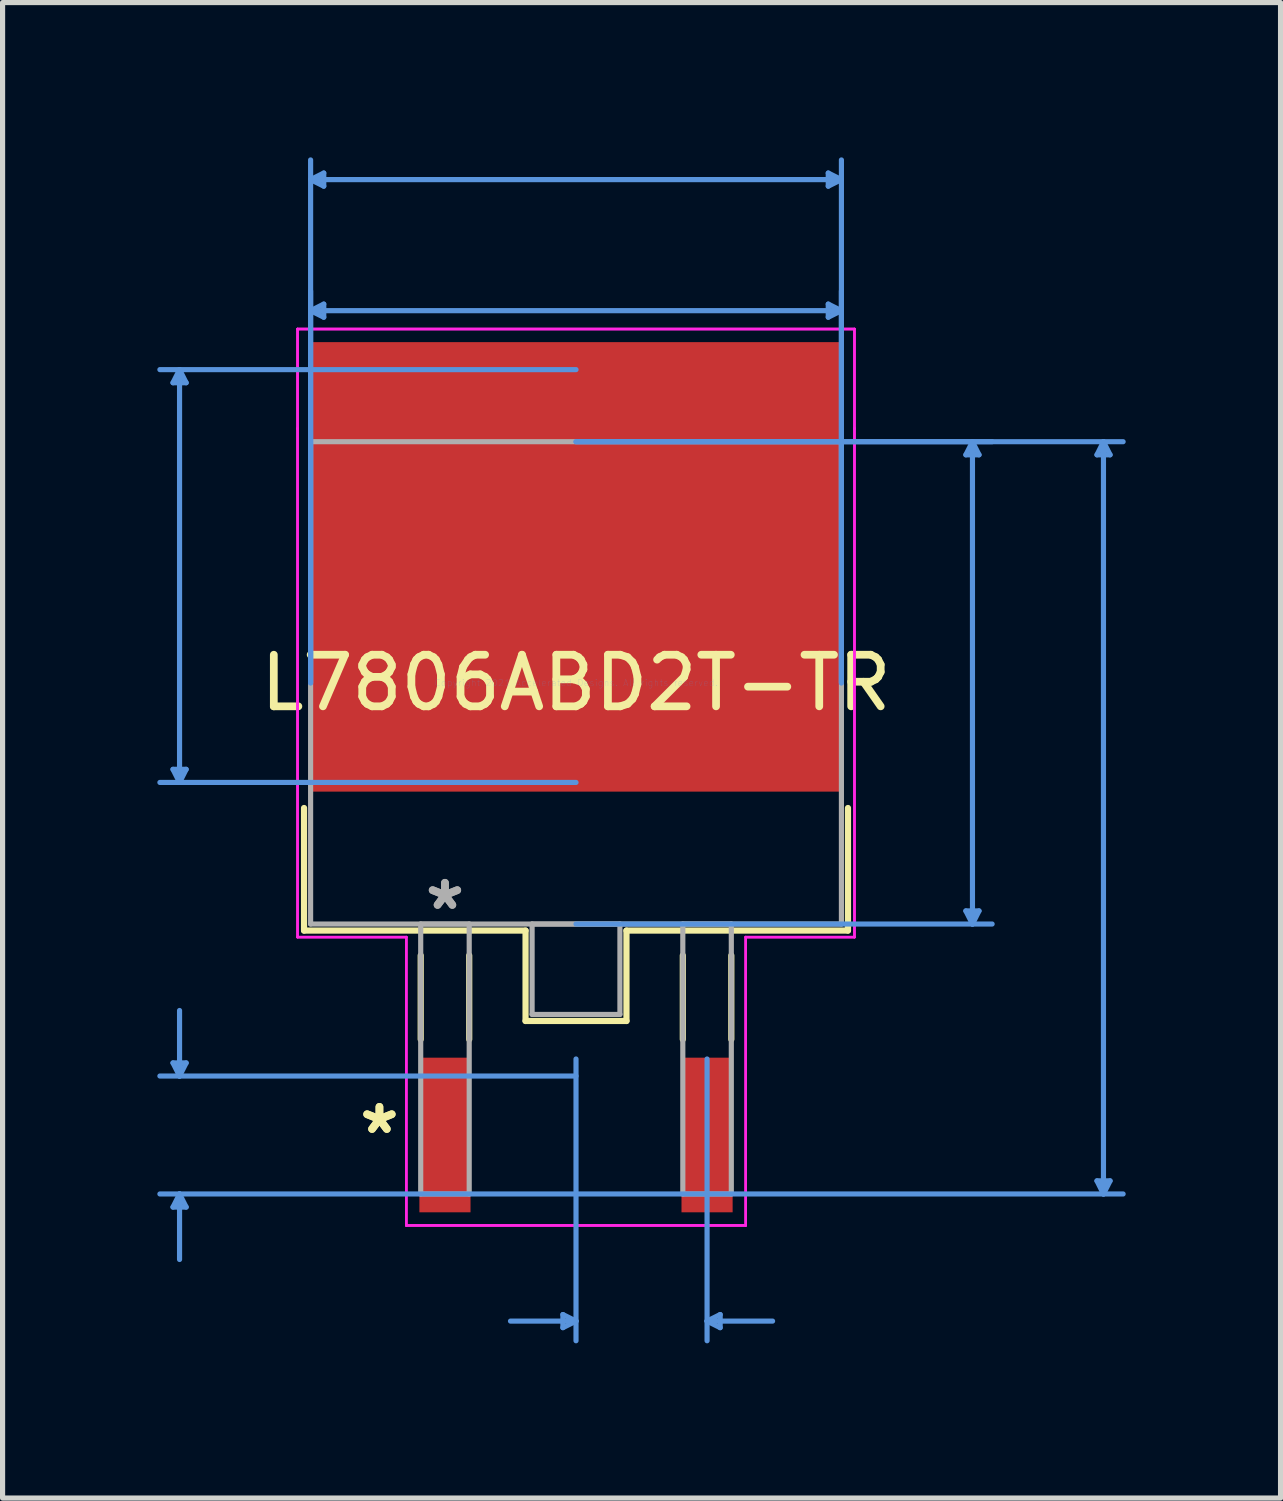
<source format=kicad_pcb>
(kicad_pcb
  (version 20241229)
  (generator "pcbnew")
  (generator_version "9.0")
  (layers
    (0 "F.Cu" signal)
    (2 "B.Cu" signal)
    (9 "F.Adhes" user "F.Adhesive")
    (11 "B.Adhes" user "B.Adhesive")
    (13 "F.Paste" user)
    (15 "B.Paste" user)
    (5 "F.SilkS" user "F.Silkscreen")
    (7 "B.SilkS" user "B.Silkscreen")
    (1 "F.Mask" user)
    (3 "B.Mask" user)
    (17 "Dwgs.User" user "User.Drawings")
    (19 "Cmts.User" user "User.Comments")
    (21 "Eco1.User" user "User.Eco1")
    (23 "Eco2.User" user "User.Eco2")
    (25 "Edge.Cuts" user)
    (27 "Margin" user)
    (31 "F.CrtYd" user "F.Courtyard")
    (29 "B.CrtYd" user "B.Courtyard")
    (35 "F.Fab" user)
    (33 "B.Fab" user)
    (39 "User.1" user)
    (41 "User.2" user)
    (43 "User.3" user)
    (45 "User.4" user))
  (footprint "L7806ABD2T-TR"
    (layer "F.Cu")
    (at 8.114 10.185)
    (property "Reference" "L7806ABD2T-TR" (at 0 0 0) (layer "F.SilkS") (effects (font (size 1 1) (thickness 0.15))))
    (attr through_hole)
    (fp_line (start -5.271 2.425) (end -5.271 4.801) (stroke (width 0.12) (type solid)) (layer "F.SilkS"))
    (fp_line (start -5.271 4.801) (end -0.978 4.801) (stroke (width 0.12) (type solid)) (layer "F.SilkS"))
    (fp_line (start -3.01 5.283) (end -3.01 6.909) (stroke (width 0.12) (type solid)) (layer "F.SilkS"))
    (fp_line (start -2.07 5.283) (end -2.07 6.909) (stroke (width 0.12) (type solid)) (layer "F.SilkS"))
    (fp_line (start -0.978 4.801) (end -0.978 6.553) (stroke (width 0.12) (type solid)) (layer "F.SilkS"))
    (fp_line (start -0.978 6.553) (end 0.978 6.553) (stroke (width 0.12) (type solid)) (layer "F.SilkS"))
    (fp_line (start 0.978 4.801) (end 5.271 4.801) (stroke (width 0.12) (type solid)) (layer "F.SilkS"))
    (fp_line (start 0.978 6.553) (end 0.978 4.801) (stroke (width 0.12) (type solid)) (layer "F.SilkS"))
    (fp_line (start 2.07 5.283) (end 2.07 6.909) (stroke (width 0.12) (type solid)) (layer "F.SilkS"))
    (fp_line (start 3.01 5.283) (end 3.01 6.909) (stroke (width 0.12) (type solid)) (layer "F.SilkS"))
    (fp_line (start 5.271 4.801) (end 5.271 2.425) (stroke (width 0.12) (type solid)) (layer "F.SilkS"))
    (fp_line (start -7.811 -5.817) (end -7.556 -5.817) (stroke (width 0.1) (type solid)) (layer "Cmts.User"))
    (fp_line (start -7.811 1.676) (end -7.556 1.676) (stroke (width 0.1) (type solid)) (layer "Cmts.User"))
    (fp_line (start -7.811 7.366) (end -7.556 7.366) (stroke (width 0.1) (type solid)) (layer "Cmts.User"))
    (fp_line (start -7.811 10.16) (end -7.556 10.16) (stroke (width 0.1) (type solid)) (layer "Cmts.User"))
    (fp_line (start -7.684 -6.071) (end -7.811 -5.817) (stroke (width 0.1) (type solid)) (layer "Cmts.User"))
    (fp_line (start -7.684 -6.071) (end -7.684 1.93) (stroke (width 0.1) (type solid)) (layer "Cmts.User"))
    (fp_line (start -7.684 -6.071) (end -7.556 -5.817) (stroke (width 0.1) (type solid)) (layer "Cmts.User"))
    (fp_line (start -7.684 1.93) (end -7.811 1.676) (stroke (width 0.1) (type solid)) (layer "Cmts.User"))
    (fp_line (start -7.684 1.93) (end -7.556 1.676) (stroke (width 0.1) (type solid)) (layer "Cmts.User"))
    (fp_line (start -7.684 7.62) (end -7.811 7.366) (stroke (width 0.1) (type solid)) (layer "Cmts.User"))
    (fp_line (start -7.684 7.62) (end -7.684 6.35) (stroke (width 0.1) (type solid)) (layer "Cmts.User"))
    (fp_line (start -7.684 7.62) (end -7.556 7.366) (stroke (width 0.1) (type solid)) (layer "Cmts.User"))
    (fp_line (start -7.684 9.906) (end -7.811 10.16) (stroke (width 0.1) (type solid)) (layer "Cmts.User"))
    (fp_line (start -7.684 9.906) (end -7.684 11.176) (stroke (width 0.1) (type solid)) (layer "Cmts.User"))
    (fp_line (start -7.684 9.906) (end -7.556 10.16) (stroke (width 0.1) (type solid)) (layer "Cmts.User"))
    (fp_line (start -5.144 -9.754) (end -4.889 -9.881) (stroke (width 0.1) (type solid)) (layer "Cmts.User"))
    (fp_line (start -5.144 -9.754) (end -4.889 -9.627) (stroke (width 0.1) (type solid)) (layer "Cmts.User"))
    (fp_line (start -5.144 -9.754) (end 5.144 -9.754) (stroke (width 0.1) (type solid)) (layer "Cmts.User"))
    (fp_line (start -5.144 -7.214) (end -4.889 -7.341) (stroke (width 0.1) (type solid)) (layer "Cmts.User"))
    (fp_line (start -5.144 -7.214) (end -4.889 -7.087) (stroke (width 0.1) (type solid)) (layer "Cmts.User"))
    (fp_line (start -5.144 -7.214) (end 5.144 -7.214) (stroke (width 0.1) (type solid)) (layer "Cmts.User"))
    (fp_line (start -5.144 0) (end -5.144 -10.135) (stroke (width 0.1) (type solid)) (layer "Cmts.User"))
    (fp_line (start -5.144 0) (end -5.144 -7.595) (stroke (width 0.1) (type solid)) (layer "Cmts.User"))
    (fp_line (start -4.889 -9.881) (end -4.889 -9.627) (stroke (width 0.1) (type solid)) (layer "Cmts.User"))
    (fp_line (start -4.889 -7.341) (end -4.889 -7.087) (stroke (width 0.1) (type solid)) (layer "Cmts.User"))
    (fp_line (start -0.254 12.243) (end -0.254 12.497) (stroke (width 0.1) (type solid)) (layer "Cmts.User"))
    (fp_line (start 0 -6.071) (end -8.065 -6.071) (stroke (width 0.1) (type solid)) (layer "Cmts.User"))
    (fp_line (start 0 -4.674) (end 8.065 -4.674) (stroke (width 0.1) (type solid)) (layer "Cmts.User"))
    (fp_line (start 0 -4.674) (end 10.604 -4.674) (stroke (width 0.1) (type solid)) (layer "Cmts.User"))
    (fp_line (start 0 1.93) (end -8.065 1.93) (stroke (width 0.1) (type solid)) (layer "Cmts.User"))
    (fp_line (start 0 4.674) (end 8.065 4.674) (stroke (width 0.1) (type solid)) (layer "Cmts.User"))
    (fp_line (start 0 7.29) (end 0 12.751) (stroke (width 0.1) (type solid)) (layer "Cmts.User"))
    (fp_line (start 0 7.62) (end -8.065 7.62) (stroke (width 0.1) (type solid)) (layer "Cmts.User"))
    (fp_line (start 0 9.906) (end -8.065 9.906) (stroke (width 0.1) (type solid)) (layer "Cmts.User"))
    (fp_line (start 0 9.906) (end 10.604 9.906) (stroke (width 0.1) (type solid)) (layer "Cmts.User"))
    (fp_line (start 0 12.37) (end -1.27 12.37) (stroke (width 0.1) (type solid)) (layer "Cmts.User"))
    (fp_line (start 0 12.37) (end -0.254 12.243) (stroke (width 0.1) (type solid)) (layer "Cmts.User"))
    (fp_line (start 0 12.37) (end -0.254 12.497) (stroke (width 0.1) (type solid)) (layer "Cmts.User"))
    (fp_line (start 2.54 7.29) (end 2.54 12.751) (stroke (width 0.1) (type solid)) (layer "Cmts.User"))
    (fp_line (start 2.54 12.37) (end 2.794 12.243) (stroke (width 0.1) (type solid)) (layer "Cmts.User"))
    (fp_line (start 2.54 12.37) (end 2.794 12.497) (stroke (width 0.1) (type solid)) (layer "Cmts.User"))
    (fp_line (start 2.54 12.37) (end 3.81 12.37) (stroke (width 0.1) (type solid)) (layer "Cmts.User"))
    (fp_line (start 2.794 12.243) (end 2.794 12.497) (stroke (width 0.1) (type solid)) (layer "Cmts.User"))
    (fp_line (start 4.889 -9.881) (end 4.889 -9.627) (stroke (width 0.1) (type solid)) (layer "Cmts.User"))
    (fp_line (start 4.889 -7.341) (end 4.889 -7.087) (stroke (width 0.1) (type solid)) (layer "Cmts.User"))
    (fp_line (start 5.144 -9.754) (end 4.889 -9.881) (stroke (width 0.1) (type solid)) (layer "Cmts.User"))
    (fp_line (start 5.144 -9.754) (end 4.889 -9.627) (stroke (width 0.1) (type solid)) (layer "Cmts.User"))
    (fp_line (start 5.144 -7.214) (end 4.889 -7.341) (stroke (width 0.1) (type solid)) (layer "Cmts.User"))
    (fp_line (start 5.144 -7.214) (end 4.889 -7.087) (stroke (width 0.1) (type solid)) (layer "Cmts.User"))
    (fp_line (start 5.144 0) (end 5.144 -10.135) (stroke (width 0.1) (type solid)) (layer "Cmts.User"))
    (fp_line (start 5.144 0) (end 5.144 -7.595) (stroke (width 0.1) (type solid)) (layer "Cmts.User"))
    (fp_line (start 7.556 -4.42) (end 7.811 -4.42) (stroke (width 0.1) (type solid)) (layer "Cmts.User"))
    (fp_line (start 7.556 4.42) (end 7.811 4.42) (stroke (width 0.1) (type solid)) (layer "Cmts.User"))
    (fp_line (start 7.684 -4.674) (end 7.556 -4.42) (stroke (width 0.1) (type solid)) (layer "Cmts.User"))
    (fp_line (start 7.684 -4.674) (end 7.684 4.674) (stroke (width 0.1) (type solid)) (layer "Cmts.User"))
    (fp_line (start 7.684 -4.674) (end 7.811 -4.42) (stroke (width 0.1) (type solid)) (layer "Cmts.User"))
    (fp_line (start 7.684 4.674) (end 7.556 4.42) (stroke (width 0.1) (type solid)) (layer "Cmts.User"))
    (fp_line (start 7.684 4.674) (end 7.811 4.42) (stroke (width 0.1) (type solid)) (layer "Cmts.User"))
    (fp_line (start 10.097 -4.42) (end 10.351 -4.42) (stroke (width 0.1) (type solid)) (layer "Cmts.User"))
    (fp_line (start 10.097 9.652) (end 10.351 9.652) (stroke (width 0.1) (type solid)) (layer "Cmts.User"))
    (fp_line (start 10.223 -4.674) (end 10.097 -4.42) (stroke (width 0.1) (type solid)) (layer "Cmts.User"))
    (fp_line (start 10.223 -4.674) (end 10.223 9.906) (stroke (width 0.1) (type solid)) (layer "Cmts.User"))
    (fp_line (start 10.223 -4.674) (end 10.351 -4.42) (stroke (width 0.1) (type solid)) (layer "Cmts.User"))
    (fp_line (start 10.223 9.906) (end 10.097 9.652) (stroke (width 0.1) (type solid)) (layer "Cmts.User"))
    (fp_line (start 10.223 9.906) (end 10.351 9.652) (stroke (width 0.1) (type solid)) (layer "Cmts.User"))
    (fp_line (start -5.397 -6.858) (end 5.397 -6.858) (stroke (width 0.05) (type solid)) (layer "F.CrtYd"))
    (fp_line (start -5.397 -6.858) (end 5.397 -6.858) (stroke (width 0.05) (type solid)) (layer "F.CrtYd"))
    (fp_line (start -5.397 -4.928) (end -5.397 -6.858) (stroke (width 0.05) (type solid)) (layer "F.CrtYd"))
    (fp_line (start -5.397 -4.928) (end -5.397 -6.858) (stroke (width 0.05) (type solid)) (layer "F.CrtYd"))
    (fp_line (start -5.397 -4.928) (end -5.397 -4.928) (stroke (width 0.05) (type solid)) (layer "F.CrtYd"))
    (fp_line (start -5.397 -4.928) (end -5.397 -4.928) (stroke (width 0.05) (type solid)) (layer "F.CrtYd"))
    (fp_line (start -5.397 4.928) (end -5.397 -4.928) (stroke (width 0.05) (type solid)) (layer "F.CrtYd"))
    (fp_line (start -5.397 4.928) (end -5.397 -4.928) (stroke (width 0.05) (type solid)) (layer "F.CrtYd"))
    (fp_line (start -3.289 4.928) (end -5.397 4.928) (stroke (width 0.05) (type solid)) (layer "F.CrtYd"))
    (fp_line (start -3.289 4.928) (end -5.397 4.928) (stroke (width 0.05) (type solid)) (layer "F.CrtYd"))
    (fp_line (start -3.289 10.516) (end -3.289 4.928) (stroke (width 0.05) (type solid)) (layer "F.CrtYd"))
    (fp_line (start -3.289 10.516) (end -3.289 4.928) (stroke (width 0.05) (type solid)) (layer "F.CrtYd"))
    (fp_line (start 3.289 4.928) (end 3.289 10.516) (stroke (width 0.05) (type solid)) (layer "F.CrtYd"))
    (fp_line (start 3.289 4.928) (end 3.289 10.516) (stroke (width 0.05) (type solid)) (layer "F.CrtYd"))
    (fp_line (start 3.289 10.516) (end -3.289 10.516) (stroke (width 0.05) (type solid)) (layer "F.CrtYd"))
    (fp_line (start 3.289 10.516) (end -3.289 10.516) (stroke (width 0.05) (type solid)) (layer "F.CrtYd"))
    (fp_line (start 5.397 -6.858) (end 5.397 -4.928) (stroke (width 0.05) (type solid)) (layer "F.CrtYd"))
    (fp_line (start 5.397 -6.858) (end 5.397 -4.928) (stroke (width 0.05) (type solid)) (layer "F.CrtYd"))
    (fp_line (start 5.397 -4.928) (end 5.397 -4.928) (stroke (width 0.05) (type solid)) (layer "F.CrtYd"))
    (fp_line (start 5.397 -4.928) (end 5.397 -4.928) (stroke (width 0.05) (type solid)) (layer "F.CrtYd"))
    (fp_line (start 5.397 -4.928) (end 5.397 4.928) (stroke (width 0.05) (type solid)) (layer "F.CrtYd"))
    (fp_line (start 5.397 -4.928) (end 5.397 4.928) (stroke (width 0.05) (type solid)) (layer "F.CrtYd"))
    (fp_line (start 5.397 4.928) (end 3.289 4.928) (stroke (width 0.05) (type solid)) (layer "F.CrtYd"))
    (fp_line (start 5.397 4.928) (end 3.289 4.928) (stroke (width 0.05) (type solid)) (layer "F.CrtYd"))
    (fp_line (start -5.144 -4.674) (end -5.144 4.674) (stroke (width 0.1) (type solid)) (layer "F.Fab"))
    (fp_line (start -5.144 4.674) (end 5.144 4.674) (stroke (width 0.1) (type solid)) (layer "F.Fab"))
    (fp_line (start -3.01 4.674) (end -3.01 9.906) (stroke (width 0.1) (type solid)) (layer "F.Fab"))
    (fp_line (start -3.01 9.906) (end -2.07 9.906) (stroke (width 0.1) (type solid)) (layer "F.Fab"))
    (fp_line (start -2.07 4.674) (end -3.01 4.674) (stroke (width 0.1) (type solid)) (layer "F.Fab"))
    (fp_line (start -2.07 9.906) (end -2.07 4.674) (stroke (width 0.1) (type solid)) (layer "F.Fab"))
    (fp_line (start -0.851 4.674) (end -0.851 6.426) (stroke (width 0.1) (type solid)) (layer "F.Fab"))
    (fp_line (start -0.851 6.426) (end 0.851 6.426) (stroke (width 0.1) (type solid)) (layer "F.Fab"))
    (fp_line (start 0.851 4.674) (end -0.851 4.674) (stroke (width 0.1) (type solid)) (layer "F.Fab"))
    (fp_line (start 0.851 6.426) (end 0.851 4.674) (stroke (width 0.1) (type solid)) (layer "F.Fab"))
    (fp_line (start 2.07 4.674) (end 2.07 9.906) (stroke (width 0.1) (type solid)) (layer "F.Fab"))
    (fp_line (start 2.07 9.906) (end 3.01 9.906) (stroke (width 0.1) (type solid)) (layer "F.Fab"))
    (fp_line (start 3.01 4.674) (end 2.07 4.674) (stroke (width 0.1) (type solid)) (layer "F.Fab"))
    (fp_line (start 3.01 9.906) (end 3.01 4.674) (stroke (width 0.1) (type solid)) (layer "F.Fab"))
    (fp_line (start 5.144 -4.674) (end -5.144 -4.674) (stroke (width 0.1) (type solid)) (layer "F.Fab"))
    (fp_line (start 5.144 4.674) (end 5.144 -4.674) (stroke (width 0.1) (type solid)) (layer "F.Fab"))
    (fp_text user "*" (at -3.81 8.763 0) (layer "F.SilkS") (effects (font (size 1 1) (thickness 0.15))))
    (fp_text user "*" (at -3.81 8.763 0) (layer "F.SilkS") (effects (font (size 1 1) (thickness 0.15))))
    (fp_text user "Copyright 2021 Accelerated Designs. All rights reserved." (at 0 0 0) (layer "Cmts.User") (effects (font (size 0.127 0.127) (thickness 0.002))))
    (fp_text user "*" (at -2.54 4.42 0) (layer "F.Fab") (effects (font (size 1 1) (thickness 0.15))))
    (fp_text user "*" (at -2.54 4.42 0) (layer "F.Fab") (effects (font (size 1 1) (thickness 0.15))))
    (pad "1" smd rect (at -2.54 8.763) (size 0.991 2.997) (layers "F.Cu" "F.Mask" "F.Paste"))
    (pad "2" smd rect (at 2.54 8.763) (size 0.991 2.997) (layers "F.Cu" "F.Mask" "F.Paste"))
    (pad "3" smd rect (at 0 -2.248) (size 10.338 8.712) (layers "F.Cu" "F.Mask" "F.Paste")))
  (gr_rect
    (start -3 -3)
    (end 21.769 25.985)
    (stroke (width 0.1) (type default))
    (fill no)
    (layer "Edge.Cuts")))
</source>
